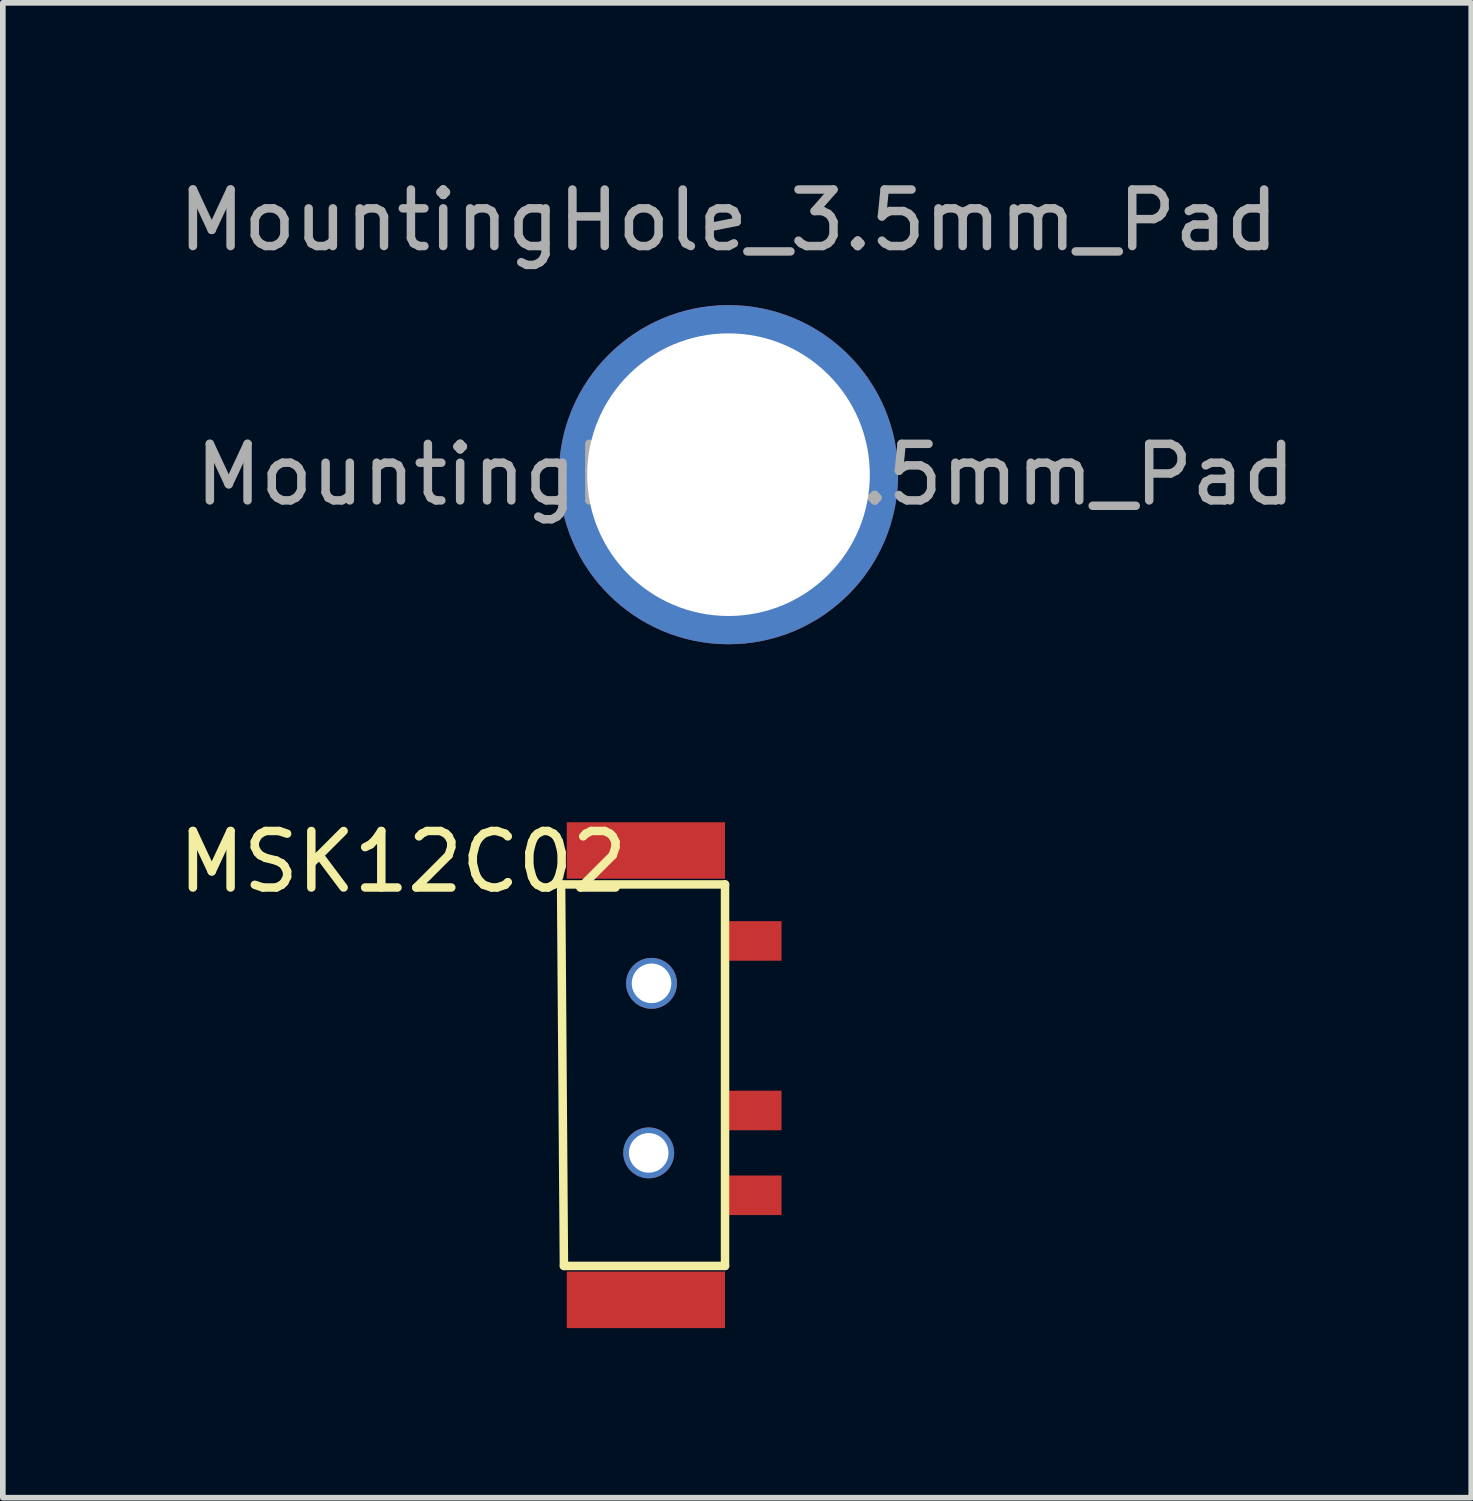
<source format=kicad_pcb>
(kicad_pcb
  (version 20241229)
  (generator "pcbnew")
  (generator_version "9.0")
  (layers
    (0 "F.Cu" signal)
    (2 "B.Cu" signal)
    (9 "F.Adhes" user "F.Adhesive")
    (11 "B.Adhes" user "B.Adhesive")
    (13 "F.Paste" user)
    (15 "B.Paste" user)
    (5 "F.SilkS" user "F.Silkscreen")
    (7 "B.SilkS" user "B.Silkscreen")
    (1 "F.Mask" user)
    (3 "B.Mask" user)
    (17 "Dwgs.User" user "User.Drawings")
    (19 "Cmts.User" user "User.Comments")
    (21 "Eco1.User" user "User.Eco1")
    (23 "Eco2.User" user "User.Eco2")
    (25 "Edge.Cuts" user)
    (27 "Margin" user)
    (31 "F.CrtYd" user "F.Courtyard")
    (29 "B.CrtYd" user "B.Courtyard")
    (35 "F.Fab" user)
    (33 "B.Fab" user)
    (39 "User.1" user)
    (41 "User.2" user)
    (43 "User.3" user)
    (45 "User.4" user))
  (footprint "MSK12C02"
    (layer "F.Cu")
    (at 7.077 12.097)
    (property "Reference" "MSK12C02" (at -3 0.1 0) (layer "F.SilkS") (effects (font (size 1 1) (thickness 0.15))))
    (attr through_hole)
    (fp_line (start -0.2 0.5) (end 2.7 0.5) (stroke (width 0.15) (type solid)) (layer "F.SilkS"))
    (fp_line (start -0.15 7.25) (end -0.2 0.5) (stroke (width 0.15) (type solid)) (layer "F.SilkS"))
    (fp_line (start 2.7 0.5) (end 2.7 7.25) (stroke (width 0.15) (type solid)) (layer "F.SilkS"))
    (fp_line (start 2.7 7.25) (end -0.15 7.25) (stroke (width 0.15) (type solid)) (layer "F.SilkS"))
    (pad "" np_thru_hole circle (at 1.35 5.25) (size 0.9 0.9) (drill 0.7) (layers "*.Cu" "*.Mask"))
    (pad "" np_thru_hole circle (at 1.4 2.25) (size 0.9 0.9) (drill 0.7) (layers "*.Cu" "*.Mask"))
    (pad "1" smd rect (at 3.2 1.5 90) (size 0.7 1) (layers "F.Cu" "F.Mask" "F.Paste"))
    (pad "2" smd rect (at 3.2 4.5 90) (size 0.7 1) (layers "F.Cu" "F.Mask" "F.Paste"))
    (pad "3" smd rect (at 3.2 6 90) (size 0.7 1) (layers "F.Cu" "F.Mask" "F.Paste"))
    (pad "NC" smd rect (at 1.3 -0.1) (size 2.8 1) (layers "F.Cu" "F.Mask" "F.Paste"))
    (pad "NC" smd rect (at 1.3 7.85) (size 2.8 1) (layers "F.Cu" "F.Mask" "F.Paste")))
  (footprint "MountingHole_3.5mm_Pad"
    (layer "F.Cu")
    (at 9.839 5.348)
    (property "Reference" "MountingHole_3.5mm_Pad" (at 0 -4.5 0) (layer "F.Fab") (effects (font (size 1 1) (thickness 0.15))))
    (attr exclude_from_pos_files exclude_from_bom)
    (fp_text user "${REFERENCE}" (at 0.3 0 0) (layer "F.Fab") (effects (font (size 1 1) (thickness 0.15))))
    (pad "1" thru_hole circle (at 0 0) (size 6 6) (drill 5) (layers "*.Cu" "*.Mask")))
  (gr_rect
    (start -3 -3)
    (end 22.979 23.447)
    (stroke (width 0.1) (type default))
    (fill no)
    (layer "Edge.Cuts")))
</source>
